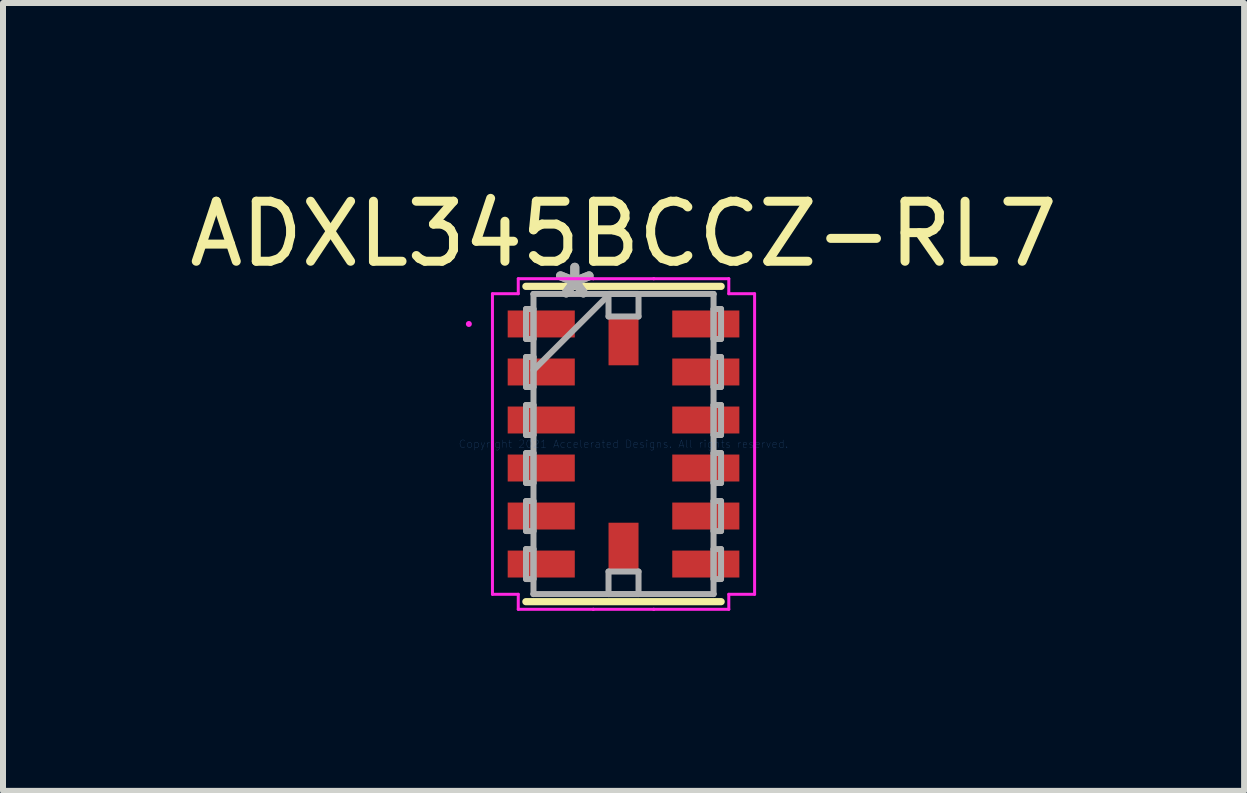
<source format=kicad_pcb>
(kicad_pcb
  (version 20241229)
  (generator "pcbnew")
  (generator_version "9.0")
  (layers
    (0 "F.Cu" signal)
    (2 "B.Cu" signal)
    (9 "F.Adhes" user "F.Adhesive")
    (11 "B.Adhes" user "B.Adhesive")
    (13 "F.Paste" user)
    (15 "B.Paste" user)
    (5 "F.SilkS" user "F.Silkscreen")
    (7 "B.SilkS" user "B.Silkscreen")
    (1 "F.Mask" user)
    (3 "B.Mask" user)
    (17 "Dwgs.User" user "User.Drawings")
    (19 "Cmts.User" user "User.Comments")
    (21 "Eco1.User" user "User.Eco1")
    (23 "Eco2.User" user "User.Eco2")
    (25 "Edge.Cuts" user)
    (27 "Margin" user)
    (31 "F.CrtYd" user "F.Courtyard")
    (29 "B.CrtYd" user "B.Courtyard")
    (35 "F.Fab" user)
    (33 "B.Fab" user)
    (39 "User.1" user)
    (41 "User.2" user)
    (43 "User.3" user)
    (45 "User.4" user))
  (footprint "ADXL345BCCZ-RL7"
    (layer "F.Cu")
    (at 7.339 4.348)
    (property "Reference" "ADXL345BCCZ-RL7" (at 0 -3.5 0) (layer "F.SilkS") (effects (font (size 1 1) (thickness 0.15))))
    (attr through_hole)
    (fp_line (start -1.627 2.627) (end 1.627 2.627) (stroke (width 0.12) (type solid)) (layer "F.SilkS"))
    (fp_line (start 1.627 -2.627) (end -1.627 -2.627) (stroke (width 0.12) (type solid)) (layer "F.SilkS"))
    (fp_line (start -2.184 -2.504) (end -1.754 -2.504) (stroke (width 0.05) (type solid)) (layer "F.CrtYd"))
    (fp_line (start -2.184 2.504) (end -2.184 -2.504) (stroke (width 0.05) (type solid)) (layer "F.CrtYd"))
    (fp_line (start -1.754 -2.754) (end -0.504 -2.754) (stroke (width 0.05) (type solid)) (layer "F.CrtYd"))
    (fp_line (start -1.754 -2.504) (end -1.754 -2.754) (stroke (width 0.05) (type solid)) (layer "F.CrtYd"))
    (fp_line (start -1.754 2.504) (end -2.184 2.504) (stroke (width 0.05) (type solid)) (layer "F.CrtYd"))
    (fp_line (start -1.754 2.754) (end -1.754 2.504) (stroke (width 0.05) (type solid)) (layer "F.CrtYd"))
    (fp_line (start -0.504 -2.754) (end -0.504 -2.754) (stroke (width 0.05) (type solid)) (layer "F.CrtYd"))
    (fp_line (start -0.504 -2.754) (end 0.504 -2.754) (stroke (width 0.05) (type solid)) (layer "F.CrtYd"))
    (fp_line (start -0.504 2.754) (end -1.754 2.754) (stroke (width 0.05) (type solid)) (layer "F.CrtYd"))
    (fp_line (start -0.504 2.754) (end -0.504 2.754) (stroke (width 0.05) (type solid)) (layer "F.CrtYd"))
    (fp_line (start 0.504 -2.754) (end 0.504 -2.754) (stroke (width 0.05) (type solid)) (layer "F.CrtYd"))
    (fp_line (start 0.504 -2.754) (end 1.754 -2.754) (stroke (width 0.05) (type solid)) (layer "F.CrtYd"))
    (fp_line (start 0.504 2.754) (end -0.504 2.754) (stroke (width 0.05) (type solid)) (layer "F.CrtYd"))
    (fp_line (start 0.504 2.754) (end 0.504 2.754) (stroke (width 0.05) (type solid)) (layer "F.CrtYd"))
    (fp_line (start 1.754 -2.754) (end 1.754 -2.504) (stroke (width 0.05) (type solid)) (layer "F.CrtYd"))
    (fp_line (start 1.754 -2.504) (end 2.184 -2.504) (stroke (width 0.05) (type solid)) (layer "F.CrtYd"))
    (fp_line (start 1.754 2.504) (end 1.754 2.754) (stroke (width 0.05) (type solid)) (layer "F.CrtYd"))
    (fp_line (start 1.754 2.754) (end 0.504 2.754) (stroke (width 0.05) (type solid)) (layer "F.CrtYd"))
    (fp_line (start 2.184 -2.504) (end 2.184 2.504) (stroke (width 0.05) (type solid)) (layer "F.CrtYd"))
    (fp_line (start 2.184 2.504) (end 1.754 2.504) (stroke (width 0.05) (type solid)) (layer "F.CrtYd"))
    (fp_circle (center -2.577 -2) (end -2.577 -2) (stroke (width 0.05) (type solid)) (fill no) (layer "F.CrtYd"))
    (fp_line (start -1.625 -2.25) (end -1.625 -1.75) (stroke (width 0.1) (type solid)) (layer "F.Fab"))
    (fp_line (start -1.625 -1.75) (end -1.5 -1.75) (stroke (width 0.1) (type solid)) (layer "F.Fab"))
    (fp_line (start -1.625 -1.45) (end -1.625 -0.95) (stroke (width 0.1) (type solid)) (layer "F.Fab"))
    (fp_line (start -1.625 -0.95) (end -1.5 -0.95) (stroke (width 0.1) (type solid)) (layer "F.Fab"))
    (fp_line (start -1.625 -0.65) (end -1.625 -0.15) (stroke (width 0.1) (type solid)) (layer "F.Fab"))
    (fp_line (start -1.625 -0.15) (end -1.5 -0.15) (stroke (width 0.1) (type solid)) (layer "F.Fab"))
    (fp_line (start -1.625 0.15) (end -1.625 0.65) (stroke (width 0.1) (type solid)) (layer "F.Fab"))
    (fp_line (start -1.625 0.65) (end -1.5 0.65) (stroke (width 0.1) (type solid)) (layer "F.Fab"))
    (fp_line (start -1.625 0.95) (end -1.625 1.45) (stroke (width 0.1) (type solid)) (layer "F.Fab"))
    (fp_line (start -1.625 1.45) (end -1.5 1.45) (stroke (width 0.1) (type solid)) (layer "F.Fab"))
    (fp_line (start -1.625 1.75) (end -1.625 2.25) (stroke (width 0.1) (type solid)) (layer "F.Fab"))
    (fp_line (start -1.625 2.25) (end -1.5 2.25) (stroke (width 0.1) (type solid)) (layer "F.Fab"))
    (fp_line (start -1.5 -2.5) (end -1.5 -2.5) (stroke (width 0.1) (type solid)) (layer "F.Fab"))
    (fp_line (start -1.5 -2.5) (end -1.5 2.5) (stroke (width 0.1) (type solid)) (layer "F.Fab"))
    (fp_line (start -1.5 -2.25) (end -1.625 -2.25) (stroke (width 0.1) (type solid)) (layer "F.Fab"))
    (fp_line (start -1.5 -1.75) (end -1.5 -2.25) (stroke (width 0.1) (type solid)) (layer "F.Fab"))
    (fp_line (start -1.5 -1.45) (end -1.625 -1.45) (stroke (width 0.1) (type solid)) (layer "F.Fab"))
    (fp_line (start -1.5 -1.23) (end -0.23 -2.5) (stroke (width 0.1) (type solid)) (layer "F.Fab"))
    (fp_line (start -1.5 -0.95) (end -1.5 -1.45) (stroke (width 0.1) (type solid)) (layer "F.Fab"))
    (fp_line (start -1.5 -0.65) (end -1.625 -0.65) (stroke (width 0.1) (type solid)) (layer "F.Fab"))
    (fp_line (start -1.5 -0.15) (end -1.5 -0.65) (stroke (width 0.1) (type solid)) (layer "F.Fab"))
    (fp_line (start -1.5 0.15) (end -1.625 0.15) (stroke (width 0.1) (type solid)) (layer "F.Fab"))
    (fp_line (start -1.5 0.65) (end -1.5 0.15) (stroke (width 0.1) (type solid)) (layer "F.Fab"))
    (fp_line (start -1.5 0.95) (end -1.625 0.95) (stroke (width 0.1) (type solid)) (layer "F.Fab"))
    (fp_line (start -1.5 1.45) (end -1.5 0.95) (stroke (width 0.1) (type solid)) (layer "F.Fab"))
    (fp_line (start -1.5 1.75) (end -1.625 1.75) (stroke (width 0.1) (type solid)) (layer "F.Fab"))
    (fp_line (start -1.5 2.25) (end -1.5 1.75) (stroke (width 0.1) (type solid)) (layer "F.Fab"))
    (fp_line (start -1.5 2.5) (end -1.5 2.5) (stroke (width 0.1) (type solid)) (layer "F.Fab"))
    (fp_line (start -1.5 2.5) (end 1.5 2.5) (stroke (width 0.1) (type solid)) (layer "F.Fab"))
    (fp_line (start -0.25 -2.5) (end 0.25 -2.5) (stroke (width 0.1) (type solid)) (layer "F.Fab"))
    (fp_line (start -0.25 -2.125) (end -0.25 -2.5) (stroke (width 0.1) (type solid)) (layer "F.Fab"))
    (fp_line (start -0.25 2.125) (end 0.25 2.125) (stroke (width 0.1) (type solid)) (layer "F.Fab"))
    (fp_line (start -0.25 2.5) (end -0.25 2.125) (stroke (width 0.1) (type solid)) (layer "F.Fab"))
    (fp_line (start 0.25 -2.5) (end 0.25 -2.125) (stroke (width 0.1) (type solid)) (layer "F.Fab"))
    (fp_line (start 0.25 -2.125) (end -0.25 -2.125) (stroke (width 0.1) (type solid)) (layer "F.Fab"))
    (fp_line (start 0.25 2.125) (end 0.25 2.5) (stroke (width 0.1) (type solid)) (layer "F.Fab"))
    (fp_line (start 0.25 2.5) (end -0.25 2.5) (stroke (width 0.1) (type solid)) (layer "F.Fab"))
    (fp_line (start 1.5 -2.5) (end -1.5 -2.5) (stroke (width 0.1) (type solid)) (layer "F.Fab"))
    (fp_line (start 1.5 -2.5) (end 1.5 -2.5) (stroke (width 0.1) (type solid)) (layer "F.Fab"))
    (fp_line (start 1.5 -2.25) (end 1.5 -1.75) (stroke (width 0.1) (type solid)) (layer "F.Fab"))
    (fp_line (start 1.5 -1.75) (end 1.625 -1.75) (stroke (width 0.1) (type solid)) (layer "F.Fab"))
    (fp_line (start 1.5 -1.45) (end 1.5 -0.95) (stroke (width 0.1) (type solid)) (layer "F.Fab"))
    (fp_line (start 1.5 -0.95) (end 1.625 -0.95) (stroke (width 0.1) (type solid)) (layer "F.Fab"))
    (fp_line (start 1.5 -0.65) (end 1.5 -0.15) (stroke (width 0.1) (type solid)) (layer "F.Fab"))
    (fp_line (start 1.5 -0.15) (end 1.625 -0.15) (stroke (width 0.1) (type solid)) (layer "F.Fab"))
    (fp_line (start 1.5 0.15) (end 1.5 0.65) (stroke (width 0.1) (type solid)) (layer "F.Fab"))
    (fp_line (start 1.5 0.65) (end 1.625 0.65) (stroke (width 0.1) (type solid)) (layer "F.Fab"))
    (fp_line (start 1.5 0.95) (end 1.5 1.45) (stroke (width 0.1) (type solid)) (layer "F.Fab"))
    (fp_line (start 1.5 1.45) (end 1.625 1.45) (stroke (width 0.1) (type solid)) (layer "F.Fab"))
    (fp_line (start 1.5 1.75) (end 1.5 2.25) (stroke (width 0.1) (type solid)) (layer "F.Fab"))
    (fp_line (start 1.5 2.25) (end 1.625 2.25) (stroke (width 0.1) (type solid)) (layer "F.Fab"))
    (fp_line (start 1.5 2.5) (end 1.5 -2.5) (stroke (width 0.1) (type solid)) (layer "F.Fab"))
    (fp_line (start 1.5 2.5) (end 1.5 2.5) (stroke (width 0.1) (type solid)) (layer "F.Fab"))
    (fp_line (start 1.625 -2.25) (end 1.5 -2.25) (stroke (width 0.1) (type solid)) (layer "F.Fab"))
    (fp_line (start 1.625 -1.75) (end 1.625 -2.25) (stroke (width 0.1) (type solid)) (layer "F.Fab"))
    (fp_line (start 1.625 -1.45) (end 1.5 -1.45) (stroke (width 0.1) (type solid)) (layer "F.Fab"))
    (fp_line (start 1.625 -0.95) (end 1.625 -1.45) (stroke (width 0.1) (type solid)) (layer "F.Fab"))
    (fp_line (start 1.625 -0.65) (end 1.5 -0.65) (stroke (width 0.1) (type solid)) (layer "F.Fab"))
    (fp_line (start 1.625 -0.15) (end 1.625 -0.65) (stroke (width 0.1) (type solid)) (layer "F.Fab"))
    (fp_line (start 1.625 0.15) (end 1.5 0.15) (stroke (width 0.1) (type solid)) (layer "F.Fab"))
    (fp_line (start 1.625 0.65) (end 1.625 0.15) (stroke (width 0.1) (type solid)) (layer "F.Fab"))
    (fp_line (start 1.625 0.95) (end 1.5 0.95) (stroke (width 0.1) (type solid)) (layer "F.Fab"))
    (fp_line (start 1.625 1.45) (end 1.625 0.95) (stroke (width 0.1) (type solid)) (layer "F.Fab"))
    (fp_line (start 1.625 1.75) (end 1.5 1.75) (stroke (width 0.1) (type solid)) (layer "F.Fab"))
    (fp_line (start 1.625 2.25) (end 1.625 1.75) (stroke (width 0.1) (type solid)) (layer "F.Fab"))
    (fp_text user "Copyright 2021 Accelerated Designs. All rights reserved." (at 0 0 0) (layer "Cmts.User") (effects (font (size 0.127 0.127) (thickness 0.002))))
    (fp_text user "*" (at -0.812 -2.4 0) (layer "F.Fab") (effects (font (size 1 1) (thickness 0.15))))
    (fp_text user "*" (at -0.812 -2.4 0) (layer "F.Fab") (effects (font (size 1 1) (thickness 0.15))))
    (pad "1" smd rect (at -1.371 -2 90) (size 0.449 1.118) (layers "F.Cu" "F.Mask" "F.Paste"))
    (pad "2" smd rect (at -1.371 -1.2 90) (size 0.449 1.118) (layers "F.Cu" "F.Mask" "F.Paste"))
    (pad "3" smd rect (at -1.371 -0.4 90) (size 0.449 1.118) (layers "F.Cu" "F.Mask" "F.Paste"))
    (pad "4" smd rect (at -1.371 0.4 90) (size 0.449 1.118) (layers "F.Cu" "F.Mask" "F.Paste"))
    (pad "5" smd rect (at -1.371 1.2 90) (size 0.449 1.118) (layers "F.Cu" "F.Mask" "F.Paste"))
    (pad "6" smd rect (at -1.371 2 90) (size 0.449 1.118) (layers "F.Cu" "F.Mask" "F.Paste"))
    (pad "7" smd rect (at 0 1.718) (size 0.5 0.813) (layers "F.Cu" "F.Mask" "F.Paste"))
    (pad "8" smd rect (at 1.371 2 90) (size 0.449 1.118) (layers "F.Cu" "F.Mask" "F.Paste"))
    (pad "9" smd rect (at 1.371 1.2 90) (size 0.449 1.118) (layers "F.Cu" "F.Mask" "F.Paste"))
    (pad "10" smd rect (at 1.371 0.4 90) (size 0.449 1.118) (layers "F.Cu" "F.Mask" "F.Paste"))
    (pad "11" smd rect (at 1.371 -0.4 90) (size 0.449 1.118) (layers "F.Cu" "F.Mask" "F.Paste"))
    (pad "12" smd rect (at 1.371 -1.2 90) (size 0.449 1.118) (layers "F.Cu" "F.Mask" "F.Paste"))
    (pad "13" smd rect (at 1.371 -2 90) (size 0.449 1.118) (layers "F.Cu" "F.Mask" "F.Paste"))
    (pad "14" smd rect (at 0 -1.718) (size 0.5 0.813) (layers "F.Cu" "F.Mask" "F.Paste")))
  (gr_rect
    (start -3 -3)
    (end 17.679 10.127)
    (stroke (width 0.1) (type default))
    (fill no)
    (layer "Edge.Cuts")))
</source>
